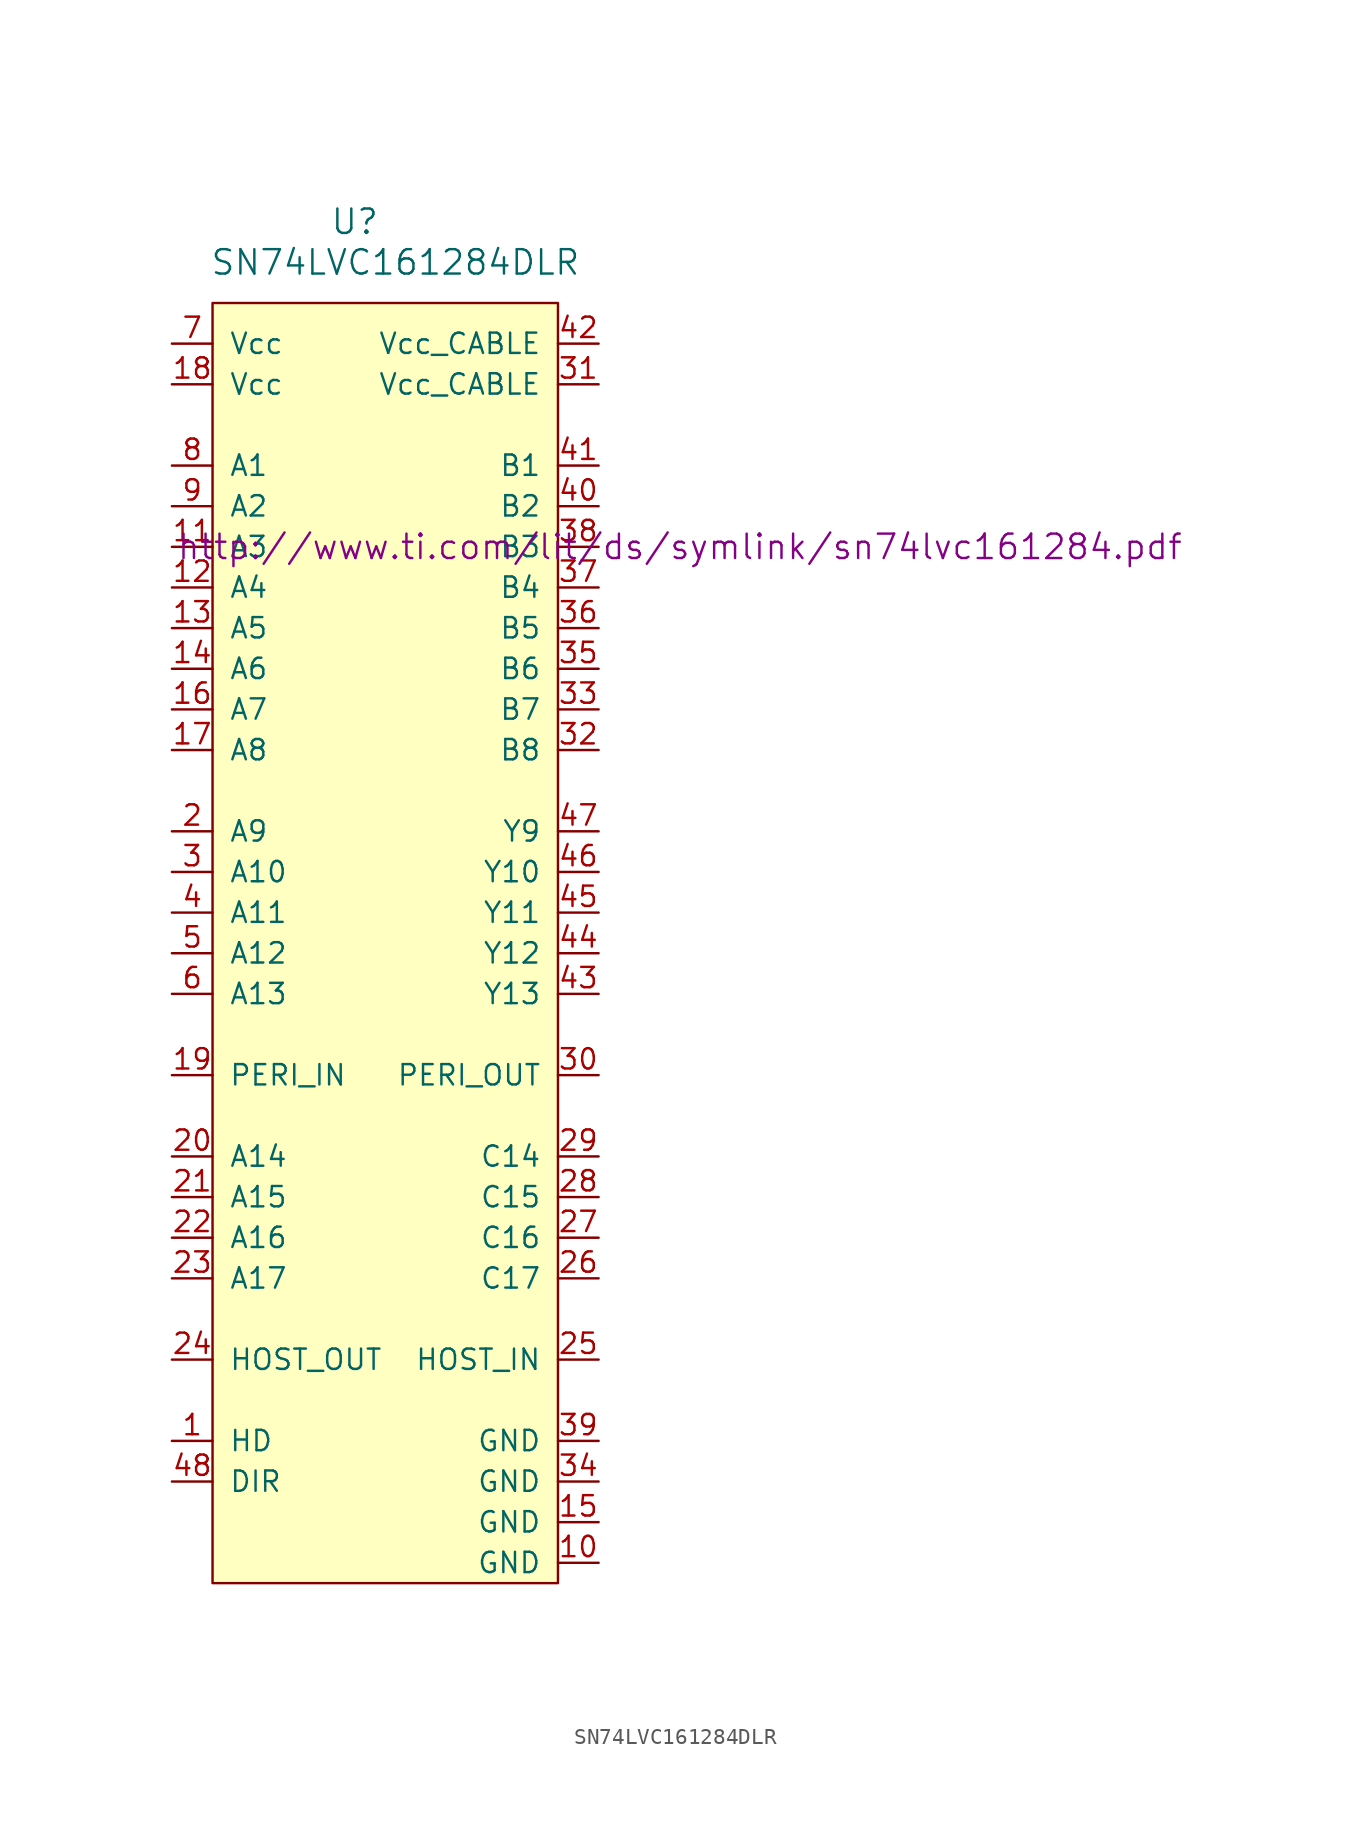
<source format=kicad_sym>
(kicad_symbol_lib
  (version 20231120)
  (generator "kicad_symbol_editor")
  (generator_version "8.0")
  (symbol "SN74LVC161284DLR"
    (pin_names
      (offset 1.016))
    (property "Reference" "U"
      (at -48.26 31.75 0)
      (effects (font (size 1.524 1.524))))
    (property "Value" "SN74LVC161284DLR"
      (at -45.72 29.21 0)
      (effects (font (size 1.524 1.524))))
    (property "Datasheet" "http://www.ti.com/lit/ds/symlink/sn74lvc161284.pdf"
      (at -27.94 11.43 0)
      (effects (font (size 1.524 1.524))))
    (symbol "SN74LVC161284DLR_0_1"
      (rectangle (start -57.15 26.67) (end -35.56 -53.34) (stroke (width 0) (type solid)) (fill (type background))))
    (symbol "SN74LVC161284DLR_1_1"
      (pin input line (at -59.69 -44.45 0) (length 2.54) (name "HD" (effects (font (size 1.27 1.27)))) (number "1" (effects (font (size 1.27 1.27)))))
      (pin power_in line (at -33.02 -52.07 180) (length 2.54) (name "GND" (effects (font (size 1.27 1.27)))) (number "10" (effects (font (size 1.27 1.27)))))
      (pin bidirectional line (at -59.69 11.43 0) (length 2.54) (name "A3" (effects (font (size 1.27 1.27)))) (number "11" (effects (font (size 1.27 1.27)))))
      (pin bidirectional line (at -59.69 8.89 0) (length 2.54) (name "A4" (effects (font (size 1.27 1.27)))) (number "12" (effects (font (size 1.27 1.27)))))
      (pin bidirectional line (at -59.69 6.35 0) (length 2.54) (name "A5" (effects (font (size 1.27 1.27)))) (number "13" (effects (font (size 1.27 1.27)))))
      (pin bidirectional line (at -59.69 3.81 0) (length 2.54) (name "A6" (effects (font (size 1.27 1.27)))) (number "14" (effects (font (size 1.27 1.27)))))
      (pin power_in line (at -33.02 -49.53 180) (length 2.54) (name "GND" (effects (font (size 1.27 1.27)))) (number "15" (effects (font (size 1.27 1.27)))))
      (pin bidirectional line (at -59.69 1.27 0) (length 2.54) (name "A7" (effects (font (size 1.27 1.27)))) (number "16" (effects (font (size 1.27 1.27)))))
      (pin bidirectional line (at -59.69 -1.27 0) (length 2.54) (name "A8" (effects (font (size 1.27 1.27)))) (number "17" (effects (font (size 1.27 1.27)))))
      (pin power_in line (at -59.69 21.59 0) (length 2.54) (name "Vcc" (effects (font (size 1.27 1.27)))) (number "18" (effects (font (size 1.27 1.27)))))
      (pin input line (at -59.69 -21.59 0) (length 2.54) (name "PERI_IN" (effects (font (size 1.27 1.27)))) (number "19" (effects (font (size 1.27 1.27)))))
      (pin input line (at -59.69 -6.35 0) (length 2.54) (name "A9" (effects (font (size 1.27 1.27)))) (number "2" (effects (font (size 1.27 1.27)))))
      (pin output line (at -59.69 -26.67 0) (length 2.54) (name "A14" (effects (font (size 1.27 1.27)))) (number "20" (effects (font (size 1.27 1.27)))))
      (pin output line (at -59.69 -29.21 0) (length 2.54) (name "A15" (effects (font (size 1.27 1.27)))) (number "21" (effects (font (size 1.27 1.27)))))
      (pin output line (at -59.69 -31.75 0) (length 2.54) (name "A16" (effects (font (size 1.27 1.27)))) (number "22" (effects (font (size 1.27 1.27)))))
      (pin output line (at -59.69 -34.29 0) (length 2.54) (name "A17" (effects (font (size 1.27 1.27)))) (number "23" (effects (font (size 1.27 1.27)))))
      (pin output line (at -59.69 -39.37 0) (length 2.54) (name "HOST_OUT" (effects (font (size 1.27 1.27)))) (number "24" (effects (font (size 1.27 1.27)))))
      (pin input line (at -33.02 -39.37 180) (length 2.54) (name "HOST_IN" (effects (font (size 1.27 1.27)))) (number "25" (effects (font (size 1.27 1.27)))))
      (pin input line (at -33.02 -34.29 180) (length 2.54) (name "C17" (effects (font (size 1.27 1.27)))) (number "26" (effects (font (size 1.27 1.27)))))
      (pin input line (at -33.02 -31.75 180) (length 2.54) (name "C16" (effects (font (size 1.27 1.27)))) (number "27" (effects (font (size 1.27 1.27)))))
      (pin input line (at -33.02 -29.21 180) (length 2.54) (name "C15" (effects (font (size 1.27 1.27)))) (number "28" (effects (font (size 1.27 1.27)))))
      (pin input line (at -33.02 -26.67 180) (length 2.54) (name "C14" (effects (font (size 1.27 1.27)))) (number "29" (effects (font (size 1.27 1.27)))))
      (pin input line (at -59.69 -8.89 0) (length 2.54) (name "A10" (effects (font (size 1.27 1.27)))) (number "3" (effects (font (size 1.27 1.27)))))
      (pin output line (at -33.02 -21.59 180) (length 2.54) (name "PERI_OUT" (effects (font (size 1.27 1.27)))) (number "30" (effects (font (size 1.27 1.27)))))
      (pin power_in line (at -33.02 21.59 180) (length 2.54) (name "Vcc_CABLE" (effects (font (size 1.27 1.27)))) (number "31" (effects (font (size 1.27 1.27)))))
      (pin bidirectional line (at -33.02 -1.27 180) (length 2.54) (name "B8" (effects (font (size 1.27 1.27)))) (number "32" (effects (font (size 1.27 1.27)))))
      (pin bidirectional line (at -33.02 1.27 180) (length 2.54) (name "B7" (effects (font (size 1.27 1.27)))) (number "33" (effects (font (size 1.27 1.27)))))
      (pin power_in line (at -33.02 -46.99 180) (length 2.54) (name "GND" (effects (font (size 1.27 1.27)))) (number "34" (effects (font (size 1.27 1.27)))))
      (pin bidirectional line (at -33.02 3.81 180) (length 2.54) (name "B6" (effects (font (size 1.27 1.27)))) (number "35" (effects (font (size 1.27 1.27)))))
      (pin bidirectional line (at -33.02 6.35 180) (length 2.54) (name "B5" (effects (font (size 1.27 1.27)))) (number "36" (effects (font (size 1.27 1.27)))))
      (pin bidirectional line (at -33.02 8.89 180) (length 2.54) (name "B4" (effects (font (size 1.27 1.27)))) (number "37" (effects (font (size 1.27 1.27)))))
      (pin bidirectional line (at -33.02 11.43 180) (length 2.54) (name "B3" (effects (font (size 1.27 1.27)))) (number "38" (effects (font (size 1.27 1.27)))))
      (pin power_in line (at -33.02 -44.45 180) (length 2.54) (name "GND" (effects (font (size 1.27 1.27)))) (number "39" (effects (font (size 1.27 1.27)))))
      (pin input line (at -59.69 -11.43 0) (length 2.54) (name "A11" (effects (font (size 1.27 1.27)))) (number "4" (effects (font (size 1.27 1.27)))))
      (pin bidirectional line (at -33.02 13.97 180) (length 2.54) (name "B2" (effects (font (size 1.27 1.27)))) (number "40" (effects (font (size 1.27 1.27)))))
      (pin bidirectional line (at -33.02 16.51 180) (length 2.54) (name "B1" (effects (font (size 1.27 1.27)))) (number "41" (effects (font (size 1.27 1.27)))))
      (pin power_in line (at -33.02 24.13 180) (length 2.54) (name "Vcc_CABLE" (effects (font (size 1.27 1.27)))) (number "42" (effects (font (size 1.27 1.27)))))
      (pin output line (at -33.02 -16.51 180) (length 2.54) (name "Y13" (effects (font (size 1.27 1.27)))) (number "43" (effects (font (size 1.27 1.27)))))
      (pin output line (at -33.02 -13.97 180) (length 2.54) (name "Y12" (effects (font (size 1.27 1.27)))) (number "44" (effects (font (size 1.27 1.27)))))
      (pin output line (at -33.02 -11.43 180) (length 2.54) (name "Y11" (effects (font (size 1.27 1.27)))) (number "45" (effects (font (size 1.27 1.27)))))
      (pin output line (at -33.02 -8.89 180) (length 2.54) (name "Y10" (effects (font (size 1.27 1.27)))) (number "46" (effects (font (size 1.27 1.27)))))
      (pin output line (at -33.02 -6.35 180) (length 2.54) (name "Y9" (effects (font (size 1.27 1.27)))) (number "47" (effects (font (size 1.27 1.27)))))
      (pin input line (at -59.69 -46.99 0) (length 2.54) (name "DIR" (effects (font (size 1.27 1.27)))) (number "48" (effects (font (size 1.27 1.27)))))
      (pin input line (at -59.69 -13.97 0) (length 2.54) (name "A12" (effects (font (size 1.27 1.27)))) (number "5" (effects (font (size 1.27 1.27)))))
      (pin input line (at -59.69 -16.51 0) (length 2.54) (name "A13" (effects (font (size 1.27 1.27)))) (number "6" (effects (font (size 1.27 1.27)))))
      (pin power_in line (at -59.69 24.13 0) (length 2.54) (name "Vcc" (effects (font (size 1.27 1.27)))) (number "7" (effects (font (size 1.27 1.27)))))
      (pin bidirectional line (at -59.69 16.51 0) (length 2.54) (name "A1" (effects (font (size 1.27 1.27)))) (number "8" (effects (font (size 1.27 1.27)))))
      (pin bidirectional line (at -59.69 13.97 0) (length 2.54) (name "A2" (effects (font (size 1.27 1.27)))) (number "9" (effects (font (size 1.27 1.27))))))))
</source>
